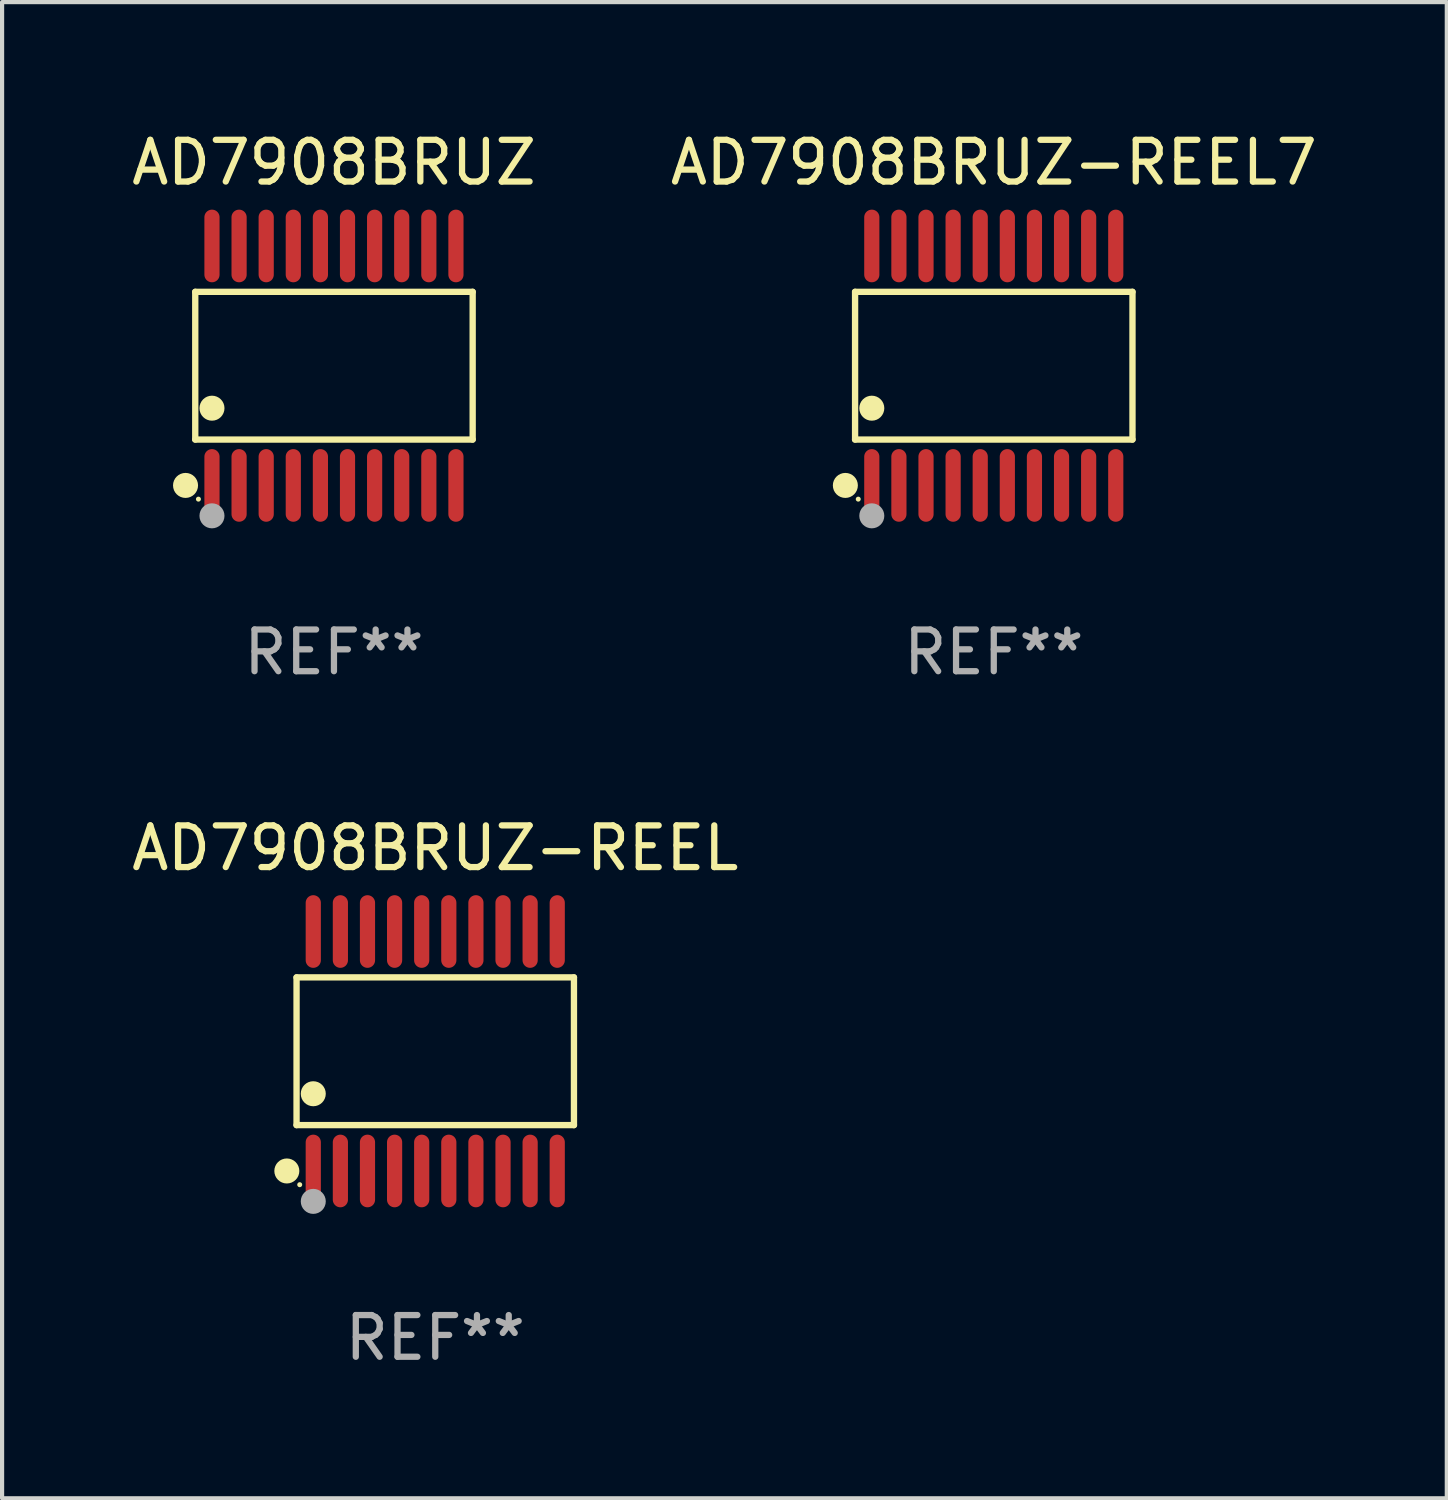
<source format=kicad_pcb>
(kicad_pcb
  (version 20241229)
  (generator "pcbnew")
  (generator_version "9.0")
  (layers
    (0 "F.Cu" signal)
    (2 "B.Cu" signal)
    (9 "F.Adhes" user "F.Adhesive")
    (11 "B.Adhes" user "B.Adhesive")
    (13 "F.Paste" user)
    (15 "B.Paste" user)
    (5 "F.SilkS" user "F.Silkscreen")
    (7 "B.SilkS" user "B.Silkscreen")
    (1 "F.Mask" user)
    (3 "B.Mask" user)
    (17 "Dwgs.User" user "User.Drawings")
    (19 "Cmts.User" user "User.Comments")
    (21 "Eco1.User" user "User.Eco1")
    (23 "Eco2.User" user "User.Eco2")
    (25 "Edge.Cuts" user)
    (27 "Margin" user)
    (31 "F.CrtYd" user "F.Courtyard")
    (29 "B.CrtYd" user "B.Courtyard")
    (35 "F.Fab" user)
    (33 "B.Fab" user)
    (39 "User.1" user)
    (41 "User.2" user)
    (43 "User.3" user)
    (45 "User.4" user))
  (footprint "AD7908BRUZ"
    (layer "F.Cu")
    (at 4.958 5.719)
    (property "Reference" "AD7908BRUZ" (at 0 -4.871 0) (layer "F.SilkS") (effects (font (size 1 1) (thickness 0.15))))
    (attr through_hole)
    (fp_line (start -3.326 -1.771) (end 3.326 -1.771) (stroke (width 0.152) (type solid)) (layer "F.SilkS"))
    (fp_line (start -3.326 1.771) (end -3.326 -1.771) (stroke (width 0.152) (type solid)) (layer "F.SilkS"))
    (fp_line (start 3.326 -1.771) (end 3.326 1.771) (stroke (width 0.152) (type solid)) (layer "F.SilkS"))
    (fp_line (start 3.326 1.771) (end -3.326 1.771) (stroke (width 0.152) (type solid)) (layer "F.SilkS"))
    (fp_circle (center -3.559 2.871) (end -3.409 2.871) (stroke (width 0.3) (type solid)) (fill no) (layer "F.SilkS"))
    (fp_circle (center -3.25 3.2) (end -3.22 3.2) (stroke (width 0.06) (type solid)) (fill no) (layer "F.SilkS"))
    (fp_circle (center -2.925 1.019) (end -2.775 1.019) (stroke (width 0.3) (type solid)) (fill no) (layer "F.SilkS"))
    (fp_circle (center -2.925 3.6) (end -2.775 3.6) (stroke (width 0.3) (type solid)) (fill no) (layer "F.Fab"))
    (fp_text user "REF**" (at 0 6.871 0) (layer "F.Fab") (effects (font (size 1 1) (thickness 0.15))))
    (pad "1" smd oval (at -2.925 2.871) (size 0.364 1.742) (layers "F.Cu" "F.Mask" "F.Paste"))
    (pad "2" smd oval (at -2.275 2.871) (size 0.364 1.742) (layers "F.Cu" "F.Mask" "F.Paste"))
    (pad "3" smd oval (at -1.625 2.871) (size 0.364 1.742) (layers "F.Cu" "F.Mask" "F.Paste"))
    (pad "4" smd oval (at -0.975 2.871) (size 0.364 1.742) (layers "F.Cu" "F.Mask" "F.Paste"))
    (pad "5" smd oval (at -0.325 2.871) (size 0.364 1.742) (layers "F.Cu" "F.Mask" "F.Paste"))
    (pad "6" smd oval (at 0.325 2.871) (size 0.364 1.742) (layers "F.Cu" "F.Mask" "F.Paste"))
    (pad "7" smd oval (at 0.975 2.871) (size 0.364 1.742) (layers "F.Cu" "F.Mask" "F.Paste"))
    (pad "8" smd oval (at 1.625 2.871) (size 0.364 1.742) (layers "F.Cu" "F.Mask" "F.Paste"))
    (pad "9" smd oval (at 2.275 2.871) (size 0.364 1.742) (layers "F.Cu" "F.Mask" "F.Paste"))
    (pad "10" smd oval (at 2.925 2.871) (size 0.364 1.742) (layers "F.Cu" "F.Mask" "F.Paste"))
    (pad "11" smd oval (at 2.925 -2.871) (size 0.364 1.742) (layers "F.Cu" "F.Mask" "F.Paste"))
    (pad "12" smd oval (at 2.275 -2.871) (size 0.364 1.742) (layers "F.Cu" "F.Mask" "F.Paste"))
    (pad "13" smd oval (at 1.625 -2.871) (size 0.364 1.742) (layers "F.Cu" "F.Mask" "F.Paste"))
    (pad "14" smd oval (at 0.975 -2.871) (size 0.364 1.742) (layers "F.Cu" "F.Mask" "F.Paste"))
    (pad "15" smd oval (at 0.325 -2.871) (size 0.364 1.742) (layers "F.Cu" "F.Mask" "F.Paste"))
    (pad "16" smd oval (at -0.325 -2.871) (size 0.364 1.742) (layers "F.Cu" "F.Mask" "F.Paste"))
    (pad "17" smd oval (at -0.975 -2.871) (size 0.364 1.742) (layers "F.Cu" "F.Mask" "F.Paste"))
    (pad "18" smd oval (at -1.625 -2.871) (size 0.364 1.742) (layers "F.Cu" "F.Mask" "F.Paste"))
    (pad "19" smd oval (at -2.275 -2.871) (size 0.364 1.742) (layers "F.Cu" "F.Mask" "F.Paste"))
    (pad "20" smd oval (at -2.925 -2.871) (size 0.364 1.742) (layers "F.Cu" "F.Mask" "F.Paste")))
  (footprint "AD7908BRUZ-REEL7"
    (layer "F.Cu")
    (at 20.78 5.719)
    (property "Reference" "AD7908BRUZ-REEL7" (at 0 -4.871 0) (layer "F.SilkS") (effects (font (size 1 1) (thickness 0.15))))
    (attr through_hole)
    (fp_line (start -3.326 -1.771) (end 3.326 -1.771) (stroke (width 0.152) (type solid)) (layer "F.SilkS"))
    (fp_line (start -3.326 1.771) (end -3.326 -1.771) (stroke (width 0.152) (type solid)) (layer "F.SilkS"))
    (fp_line (start 3.326 -1.771) (end 3.326 1.771) (stroke (width 0.152) (type solid)) (layer "F.SilkS"))
    (fp_line (start 3.326 1.771) (end -3.326 1.771) (stroke (width 0.152) (type solid)) (layer "F.SilkS"))
    (fp_circle (center -3.559 2.871) (end -3.409 2.871) (stroke (width 0.3) (type solid)) (fill no) (layer "F.SilkS"))
    (fp_circle (center -3.25 3.2) (end -3.22 3.2) (stroke (width 0.06) (type solid)) (fill no) (layer "F.SilkS"))
    (fp_circle (center -2.925 1.019) (end -2.775 1.019) (stroke (width 0.3) (type solid)) (fill no) (layer "F.SilkS"))
    (fp_circle (center -2.925 3.6) (end -2.775 3.6) (stroke (width 0.3) (type solid)) (fill no) (layer "F.Fab"))
    (fp_text user "REF**" (at 0 6.871 0) (layer "F.Fab") (effects (font (size 1 1) (thickness 0.15))))
    (pad "1" smd oval (at -2.925 2.871) (size 0.364 1.742) (layers "F.Cu" "F.Mask" "F.Paste"))
    (pad "2" smd oval (at -2.275 2.871) (size 0.364 1.742) (layers "F.Cu" "F.Mask" "F.Paste"))
    (pad "3" smd oval (at -1.625 2.871) (size 0.364 1.742) (layers "F.Cu" "F.Mask" "F.Paste"))
    (pad "4" smd oval (at -0.975 2.871) (size 0.364 1.742) (layers "F.Cu" "F.Mask" "F.Paste"))
    (pad "5" smd oval (at -0.325 2.871) (size 0.364 1.742) (layers "F.Cu" "F.Mask" "F.Paste"))
    (pad "6" smd oval (at 0.325 2.871) (size 0.364 1.742) (layers "F.Cu" "F.Mask" "F.Paste"))
    (pad "7" smd oval (at 0.975 2.871) (size 0.364 1.742) (layers "F.Cu" "F.Mask" "F.Paste"))
    (pad "8" smd oval (at 1.625 2.871) (size 0.364 1.742) (layers "F.Cu" "F.Mask" "F.Paste"))
    (pad "9" smd oval (at 2.275 2.871) (size 0.364 1.742) (layers "F.Cu" "F.Mask" "F.Paste"))
    (pad "10" smd oval (at 2.925 2.871) (size 0.364 1.742) (layers "F.Cu" "F.Mask" "F.Paste"))
    (pad "11" smd oval (at 2.925 -2.871) (size 0.364 1.742) (layers "F.Cu" "F.Mask" "F.Paste"))
    (pad "12" smd oval (at 2.275 -2.871) (size 0.364 1.742) (layers "F.Cu" "F.Mask" "F.Paste"))
    (pad "13" smd oval (at 1.625 -2.871) (size 0.364 1.742) (layers "F.Cu" "F.Mask" "F.Paste"))
    (pad "14" smd oval (at 0.975 -2.871) (size 0.364 1.742) (layers "F.Cu" "F.Mask" "F.Paste"))
    (pad "15" smd oval (at 0.325 -2.871) (size 0.364 1.742) (layers "F.Cu" "F.Mask" "F.Paste"))
    (pad "16" smd oval (at -0.325 -2.871) (size 0.364 1.742) (layers "F.Cu" "F.Mask" "F.Paste"))
    (pad "17" smd oval (at -0.975 -2.871) (size 0.364 1.742) (layers "F.Cu" "F.Mask" "F.Paste"))
    (pad "18" smd oval (at -1.625 -2.871) (size 0.364 1.742) (layers "F.Cu" "F.Mask" "F.Paste"))
    (pad "19" smd oval (at -2.275 -2.871) (size 0.364 1.742) (layers "F.Cu" "F.Mask" "F.Paste"))
    (pad "20" smd oval (at -2.925 -2.871) (size 0.364 1.742) (layers "F.Cu" "F.Mask" "F.Paste")))
  (footprint "AD7908BRUZ-REEL"
    (layer "F.Cu")
    (at 7.387 22.158)
    (property "Reference" "AD7908BRUZ-REEL" (at 0 -4.871 0) (layer "F.SilkS") (effects (font (size 1 1) (thickness 0.15))))
    (attr through_hole)
    (fp_line (start -3.326 -1.771) (end 3.326 -1.771) (stroke (width 0.152) (type solid)) (layer "F.SilkS"))
    (fp_line (start -3.326 1.771) (end -3.326 -1.771) (stroke (width 0.152) (type solid)) (layer "F.SilkS"))
    (fp_line (start 3.326 -1.771) (end 3.326 1.771) (stroke (width 0.152) (type solid)) (layer "F.SilkS"))
    (fp_line (start 3.326 1.771) (end -3.326 1.771) (stroke (width 0.152) (type solid)) (layer "F.SilkS"))
    (fp_circle (center -3.559 2.871) (end -3.409 2.871) (stroke (width 0.3) (type solid)) (fill no) (layer "F.SilkS"))
    (fp_circle (center -3.25 3.2) (end -3.22 3.2) (stroke (width 0.06) (type solid)) (fill no) (layer "F.SilkS"))
    (fp_circle (center -2.925 1.019) (end -2.775 1.019) (stroke (width 0.3) (type solid)) (fill no) (layer "F.SilkS"))
    (fp_circle (center -2.925 3.6) (end -2.775 3.6) (stroke (width 0.3) (type solid)) (fill no) (layer "F.Fab"))
    (fp_text user "REF**" (at 0 6.871 0) (layer "F.Fab") (effects (font (size 1 1) (thickness 0.15))))
    (pad "1" smd oval (at -2.925 2.871) (size 0.364 1.742) (layers "F.Cu" "F.Mask" "F.Paste"))
    (pad "2" smd oval (at -2.275 2.871) (size 0.364 1.742) (layers "F.Cu" "F.Mask" "F.Paste"))
    (pad "3" smd oval (at -1.625 2.871) (size 0.364 1.742) (layers "F.Cu" "F.Mask" "F.Paste"))
    (pad "4" smd oval (at -0.975 2.871) (size 0.364 1.742) (layers "F.Cu" "F.Mask" "F.Paste"))
    (pad "5" smd oval (at -0.325 2.871) (size 0.364 1.742) (layers "F.Cu" "F.Mask" "F.Paste"))
    (pad "6" smd oval (at 0.325 2.871) (size 0.364 1.742) (layers "F.Cu" "F.Mask" "F.Paste"))
    (pad "7" smd oval (at 0.975 2.871) (size 0.364 1.742) (layers "F.Cu" "F.Mask" "F.Paste"))
    (pad "8" smd oval (at 1.625 2.871) (size 0.364 1.742) (layers "F.Cu" "F.Mask" "F.Paste"))
    (pad "9" smd oval (at 2.275 2.871) (size 0.364 1.742) (layers "F.Cu" "F.Mask" "F.Paste"))
    (pad "10" smd oval (at 2.925 2.871) (size 0.364 1.742) (layers "F.Cu" "F.Mask" "F.Paste"))
    (pad "11" smd oval (at 2.925 -2.871) (size 0.364 1.742) (layers "F.Cu" "F.Mask" "F.Paste"))
    (pad "12" smd oval (at 2.275 -2.871) (size 0.364 1.742) (layers "F.Cu" "F.Mask" "F.Paste"))
    (pad "13" smd oval (at 1.625 -2.871) (size 0.364 1.742) (layers "F.Cu" "F.Mask" "F.Paste"))
    (pad "14" smd oval (at 0.975 -2.871) (size 0.364 1.742) (layers "F.Cu" "F.Mask" "F.Paste"))
    (pad "15" smd oval (at 0.325 -2.871) (size 0.364 1.742) (layers "F.Cu" "F.Mask" "F.Paste"))
    (pad "16" smd oval (at -0.325 -2.871) (size 0.364 1.742) (layers "F.Cu" "F.Mask" "F.Paste"))
    (pad "17" smd oval (at -0.975 -2.871) (size 0.364 1.742) (layers "F.Cu" "F.Mask" "F.Paste"))
    (pad "18" smd oval (at -1.625 -2.871) (size 0.364 1.742) (layers "F.Cu" "F.Mask" "F.Paste"))
    (pad "19" smd oval (at -2.275 -2.871) (size 0.364 1.742) (layers "F.Cu" "F.Mask" "F.Paste"))
    (pad "20" smd oval (at -2.925 -2.871) (size 0.364 1.742) (layers "F.Cu" "F.Mask" "F.Paste")))
  (gr_rect
    (start -3 -3)
    (end 31.643 32.877)
    (stroke (width 0.1) (type default))
    (fill no)
    (layer "Edge.Cuts")))
</source>
